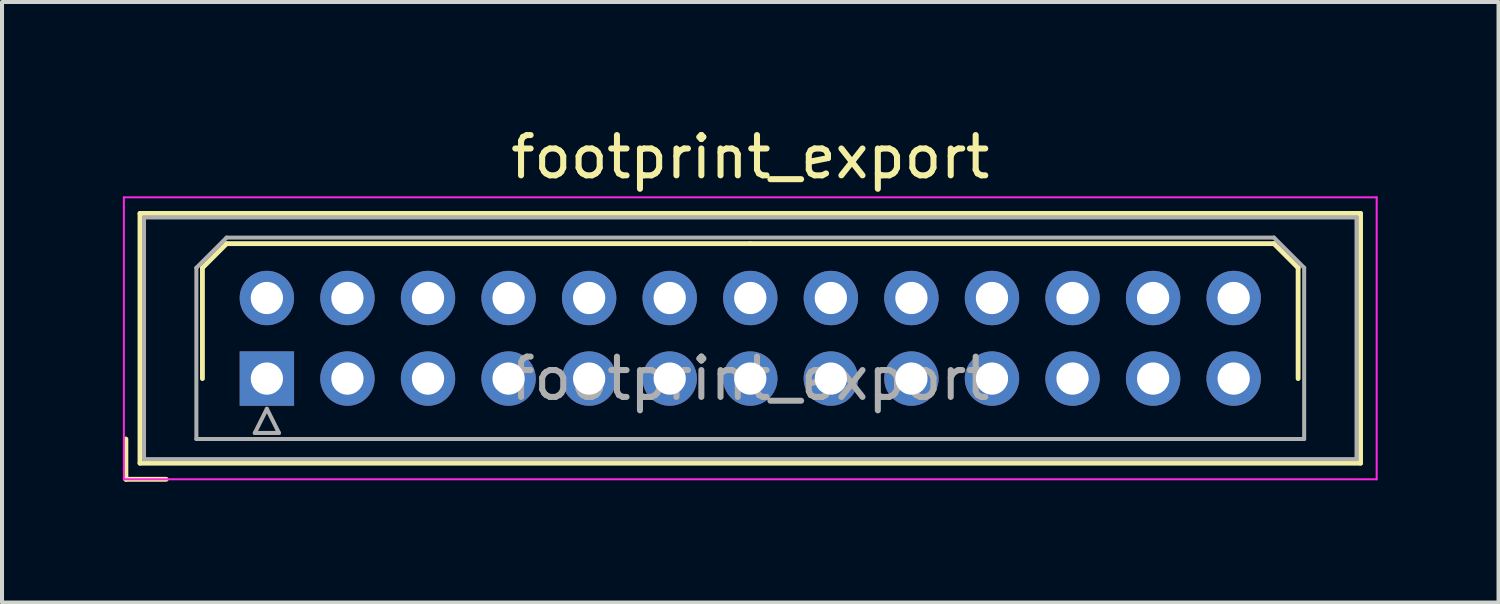
<source format=kicad_pcb>
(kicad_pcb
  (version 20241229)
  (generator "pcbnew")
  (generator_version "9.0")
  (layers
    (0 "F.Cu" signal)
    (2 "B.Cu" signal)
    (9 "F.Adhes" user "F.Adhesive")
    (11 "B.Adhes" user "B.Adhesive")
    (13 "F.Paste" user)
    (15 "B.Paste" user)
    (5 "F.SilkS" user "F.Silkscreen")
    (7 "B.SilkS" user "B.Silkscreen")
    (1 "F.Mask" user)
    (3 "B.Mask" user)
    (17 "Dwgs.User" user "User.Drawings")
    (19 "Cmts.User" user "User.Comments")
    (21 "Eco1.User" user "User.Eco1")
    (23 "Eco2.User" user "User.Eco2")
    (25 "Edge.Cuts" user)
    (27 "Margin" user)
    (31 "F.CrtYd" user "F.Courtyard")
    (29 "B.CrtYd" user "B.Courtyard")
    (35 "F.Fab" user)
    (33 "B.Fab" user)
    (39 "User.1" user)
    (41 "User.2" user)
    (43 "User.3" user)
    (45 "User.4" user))
  (footprint "footprint_export"
    (layer "F.Cu")
    (at 3.575 6.348)
    (property "Reference" "footprint_export" (at 12 -5.5 0) (layer "F.SilkS") (effects (font (size 1 1) (thickness 0.15))))
    (attr through_hole)
    (fp_line (start -3.5 1.5) (end -3.5 2.5) (stroke (width 0.12) (type solid)) (layer "F.SilkS"))
    (fp_line (start -3.5 2.5) (end -2.5 2.5) (stroke (width 0.12) (type solid)) (layer "F.SilkS"))
    (fp_line (start -3.15 -4.1) (end -3.15 2.1) (stroke (width 0.12) (type solid)) (layer "F.SilkS"))
    (fp_line (start -3.15 2.1) (end 27.15 2.1) (stroke (width 0.12) (type solid)) (layer "F.SilkS"))
    (fp_line (start -1.6 -2.75) (end -1 -3.35) (stroke (width 0.12) (type solid)) (layer "F.SilkS"))
    (fp_line (start -1.6 0) (end -1.6 -2.75) (stroke (width 0.12) (type solid)) (layer "F.SilkS"))
    (fp_line (start -1 -3.35) (end 12 -3.35) (stroke (width 0.12) (type solid)) (layer "F.SilkS"))
    (fp_line (start 25 -3.35) (end 12 -3.35) (stroke (width 0.12) (type solid)) (layer "F.SilkS"))
    (fp_line (start 25.6 -2.75) (end 25 -3.35) (stroke (width 0.12) (type solid)) (layer "F.SilkS"))
    (fp_line (start 25.6 0) (end 25.6 -2.75) (stroke (width 0.12) (type solid)) (layer "F.SilkS"))
    (fp_line (start 27.15 -4.1) (end -3.15 -4.1) (stroke (width 0.12) (type solid)) (layer "F.SilkS"))
    (fp_line (start 27.15 2.1) (end 27.15 -4.1) (stroke (width 0.12) (type solid)) (layer "F.SilkS"))
    (fp_line (start -3.55 -4.5) (end -3.55 2.5) (stroke (width 0.05) (type solid)) (layer "F.CrtYd"))
    (fp_line (start -3.55 2.5) (end 27.55 2.5) (stroke (width 0.05) (type solid)) (layer "F.CrtYd"))
    (fp_line (start 27.55 -4.5) (end -3.55 -4.5) (stroke (width 0.05) (type solid)) (layer "F.CrtYd"))
    (fp_line (start 27.55 2.5) (end 27.55 -4.5) (stroke (width 0.05) (type solid)) (layer "F.CrtYd"))
    (fp_line (start -3.05 -4) (end -3.05 2) (stroke (width 0.1) (type solid)) (layer "F.Fab"))
    (fp_line (start -3.05 2) (end 27.05 2) (stroke (width 0.1) (type solid)) (layer "F.Fab"))
    (fp_line (start -1.75 -2.75) (end -1 -3.5) (stroke (width 0.1) (type solid)) (layer "F.Fab"))
    (fp_line (start -1.75 1.5) (end -1.75 -2.75) (stroke (width 0.1) (type solid)) (layer "F.Fab"))
    (fp_line (start -1 -3.5) (end 25 -3.5) (stroke (width 0.1) (type solid)) (layer "F.Fab"))
    (fp_line (start -0.3 1.35) (end 0.3 1.35) (stroke (width 0.1) (type solid)) (layer "F.Fab"))
    (fp_line (start 0 0.75) (end -0.3 1.35) (stroke (width 0.1) (type solid)) (layer "F.Fab"))
    (fp_line (start 0.3 1.35) (end 0 0.75) (stroke (width 0.1) (type solid)) (layer "F.Fab"))
    (fp_line (start 25 -3.5) (end 25.75 -2.75) (stroke (width 0.1) (type solid)) (layer "F.Fab"))
    (fp_line (start 25.75 -2.75) (end 25.75 1.5) (stroke (width 0.1) (type solid)) (layer "F.Fab"))
    (fp_line (start 25.75 1.5) (end -1.75 1.5) (stroke (width 0.1) (type solid)) (layer "F.Fab"))
    (fp_line (start 27.05 -4) (end -3.05 -4) (stroke (width 0.1) (type solid)) (layer "F.Fab"))
    (fp_line (start 27.05 2) (end 27.05 -4) (stroke (width 0.1) (type solid)) (layer "F.Fab"))
    (fp_text user "${REFERENCE}" (at 12 0 0) (layer "F.Fab") (effects (font (size 1 1) (thickness 0.15))))
    (pad "1" thru_hole rect (at 0 0) (size 1.35 1.35) (drill 0.8) (layers "*.Cu" "*.Mask"))
    (pad "2" thru_hole circle (at 0 -2) (size 1.35 1.35) (drill 0.8) (layers "*.Cu" "*.Mask"))
    (pad "3" thru_hole circle (at 2 0) (size 1.35 1.35) (drill 0.8) (layers "*.Cu" "*.Mask"))
    (pad "4" thru_hole circle (at 2 -2) (size 1.35 1.35) (drill 0.8) (layers "*.Cu" "*.Mask"))
    (pad "5" thru_hole circle (at 4 0) (size 1.35 1.35) (drill 0.8) (layers "*.Cu" "*.Mask"))
    (pad "6" thru_hole circle (at 4 -2) (size 1.35 1.35) (drill 0.8) (layers "*.Cu" "*.Mask"))
    (pad "7" thru_hole circle (at 6 0) (size 1.35 1.35) (drill 0.8) (layers "*.Cu" "*.Mask"))
    (pad "8" thru_hole circle (at 6 -2) (size 1.35 1.35) (drill 0.8) (layers "*.Cu" "*.Mask"))
    (pad "9" thru_hole circle (at 8 0) (size 1.35 1.35) (drill 0.8) (layers "*.Cu" "*.Mask"))
    (pad "10" thru_hole circle (at 8 -2) (size 1.35 1.35) (drill 0.8) (layers "*.Cu" "*.Mask"))
    (pad "11" thru_hole circle (at 10 0) (size 1.35 1.35) (drill 0.8) (layers "*.Cu" "*.Mask"))
    (pad "12" thru_hole circle (at 10 -2) (size 1.35 1.35) (drill 0.8) (layers "*.Cu" "*.Mask"))
    (pad "13" thru_hole circle (at 12 0) (size 1.35 1.35) (drill 0.8) (layers "*.Cu" "*.Mask"))
    (pad "14" thru_hole circle (at 12 -2) (size 1.35 1.35) (drill 0.8) (layers "*.Cu" "*.Mask"))
    (pad "15" thru_hole circle (at 14 0) (size 1.35 1.35) (drill 0.8) (layers "*.Cu" "*.Mask"))
    (pad "16" thru_hole circle (at 14 -2) (size 1.35 1.35) (drill 0.8) (layers "*.Cu" "*.Mask"))
    (pad "17" thru_hole circle (at 16 0) (size 1.35 1.35) (drill 0.8) (layers "*.Cu" "*.Mask"))
    (pad "18" thru_hole circle (at 16 -2) (size 1.35 1.35) (drill 0.8) (layers "*.Cu" "*.Mask"))
    (pad "19" thru_hole circle (at 18 0) (size 1.35 1.35) (drill 0.8) (layers "*.Cu" "*.Mask"))
    (pad "20" thru_hole circle (at 18 -2) (size 1.35 1.35) (drill 0.8) (layers "*.Cu" "*.Mask"))
    (pad "21" thru_hole circle (at 20 0) (size 1.35 1.35) (drill 0.8) (layers "*.Cu" "*.Mask"))
    (pad "22" thru_hole circle (at 20 -2) (size 1.35 1.35) (drill 0.8) (layers "*.Cu" "*.Mask"))
    (pad "23" thru_hole circle (at 22 0) (size 1.35 1.35) (drill 0.8) (layers "*.Cu" "*.Mask"))
    (pad "24" thru_hole circle (at 22 -2) (size 1.35 1.35) (drill 0.8) (layers "*.Cu" "*.Mask"))
    (pad "25" thru_hole circle (at 24 0) (size 1.35 1.35) (drill 0.8) (layers "*.Cu" "*.Mask"))
    (pad "26" thru_hole circle (at 24 -2) (size 1.35 1.35) (drill 0.8) (layers "*.Cu" "*.Mask")))
  (gr_rect
    (start -3 -3)
    (end 34.15 11.908)
    (stroke (width 0.1) (type default))
    (fill no)
    (layer "Edge.Cuts")))
</source>
